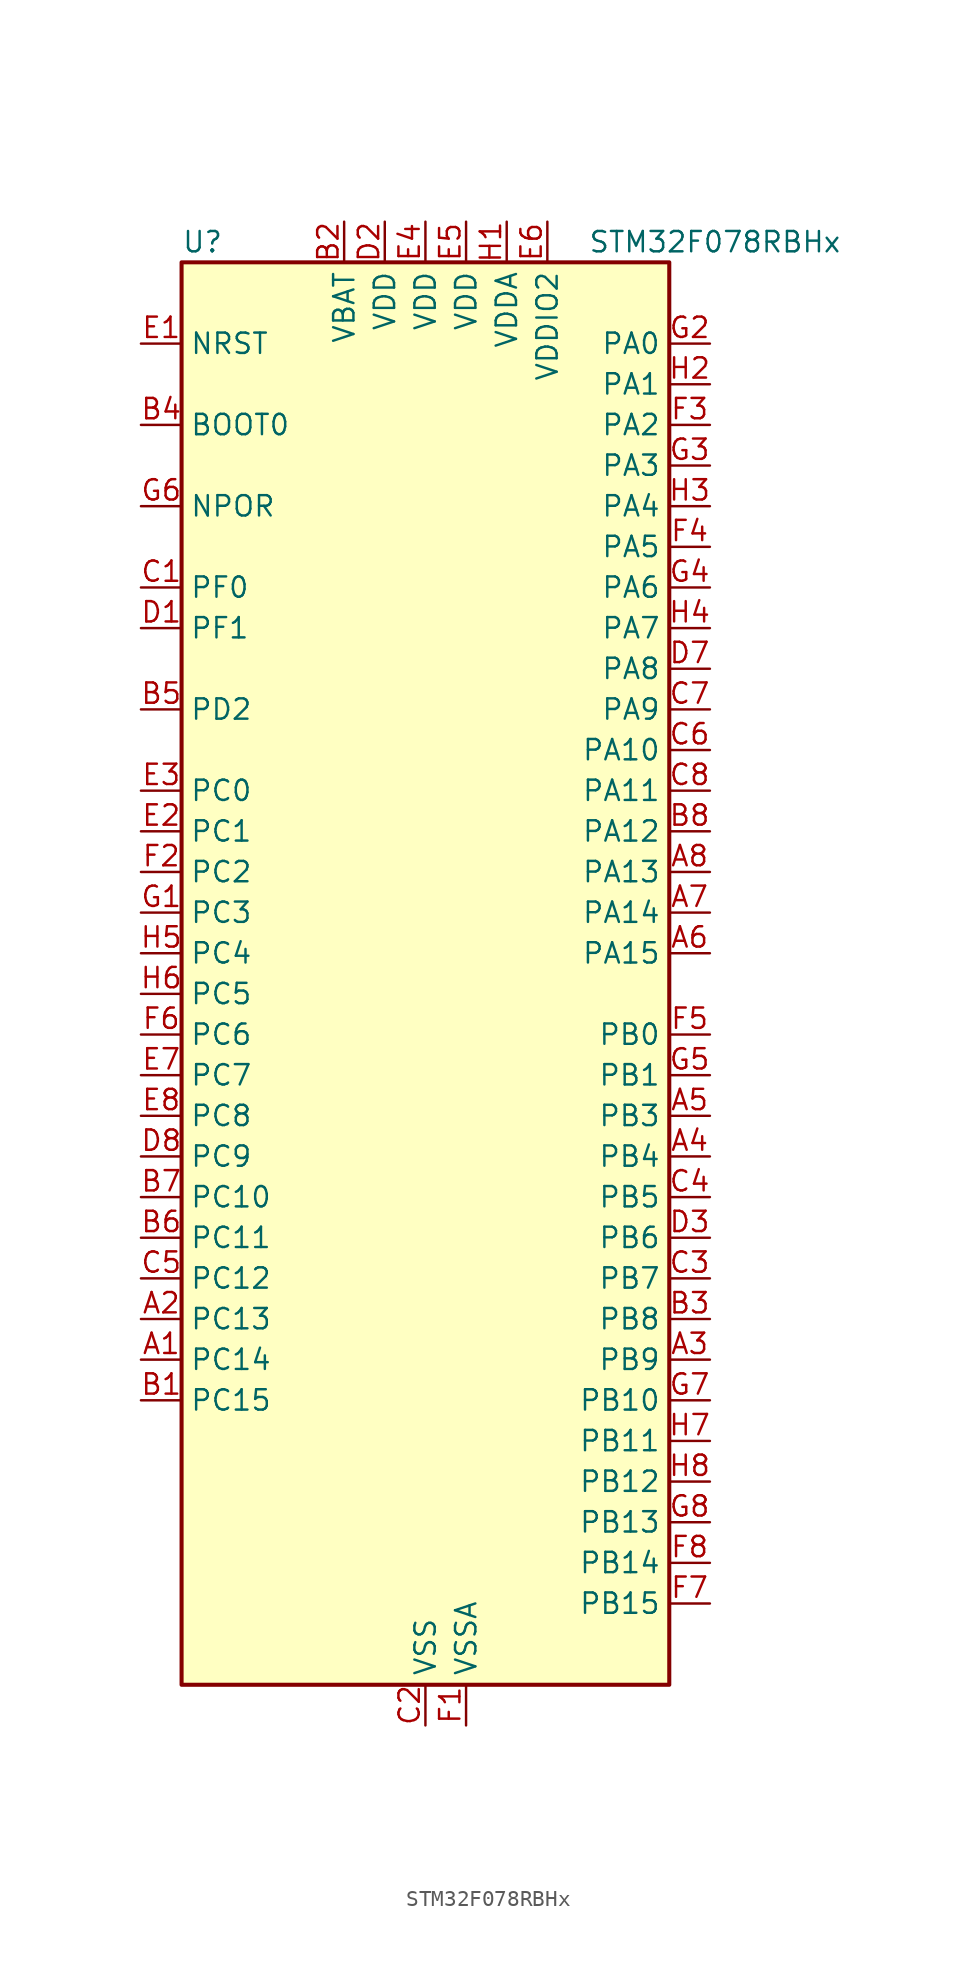
<source format=kicad_sym>
(kicad_symbol_lib
  (version 20241209)
  (generator "kicad_symbol_editor")
  (generator_version "9.0")
  (symbol "STM32F078RBHx"
    (property "Reference" "U"
      (at -15.24 46.99 0)
      (effects (font (size 1.27 1.27)) (justify left)))
    (property "Value" "STM32F078RBHx"
      (at 10.16 46.99 0)
      (effects (font (size 1.27 1.27)) (justify left)))
    (symbol "STM32F078RBHx_0_1"
      (rectangle (start -15.24 -43.18) (end 15.24 45.72) (stroke (width 0.254) (type default)) (fill (type background))))
    (symbol "STM32F078RBHx_1_1"
      (pin input line (at -17.78 40.64 0) (length 2.54) (name "NRST" (effects (font (size 1.27 1.27)))) (number "E1" (effects (font (size 1.27 1.27)))))
      (pin input line (at -17.78 35.56 0) (length 2.54) (name "BOOT0" (effects (font (size 1.27 1.27)))) (number "B4" (effects (font (size 1.27 1.27)))))
      (pin input line (at -17.78 30.48 0) (length 2.54) (name "NPOR" (effects (font (size 1.27 1.27)))) (number "G6" (effects (font (size 1.27 1.27)))))
      (pin bidirectional line (at -17.78 25.4 0) (length 2.54) (name "PF0" (effects (font (size 1.27 1.27)))) (number "C1" (effects (font (size 1.27 1.27)))) (alternate "CRS_SYNC" bidirectional line) (alternate "RCC_OSC_IN" bidirectional line))
      (pin bidirectional line (at -17.78 22.86 0) (length 2.54) (name "PF1" (effects (font (size 1.27 1.27)))) (number "D1" (effects (font (size 1.27 1.27)))) (alternate "RCC_OSC_OUT" bidirectional line))
      (pin bidirectional line (at -17.78 17.78 0) (length 2.54) (name "PD2" (effects (font (size 1.27 1.27)))) (number "B5" (effects (font (size 1.27 1.27)))) (alternate "TIM3_ETR" bidirectional line) (alternate "USART3_DE" bidirectional line) (alternate "USART3_RTS" bidirectional line))
      (pin bidirectional line (at -17.78 12.7 0) (length 2.54) (name "PC0" (effects (font (size 1.27 1.27)))) (number "E3" (effects (font (size 1.27 1.27)))) (alternate "ADC_IN10" bidirectional line))
      (pin bidirectional line (at -17.78 10.16 0) (length 2.54) (name "PC1" (effects (font (size 1.27 1.27)))) (number "E2" (effects (font (size 1.27 1.27)))) (alternate "ADC_IN11" bidirectional line))
      (pin bidirectional line (at -17.78 7.62 0) (length 2.54) (name "PC2" (effects (font (size 1.27 1.27)))) (number "F2" (effects (font (size 1.27 1.27)))) (alternate "ADC_IN12" bidirectional line) (alternate "I2S2_MCK" bidirectional line) (alternate "SPI2_MISO" bidirectional line))
      (pin bidirectional line (at -17.78 5.08 0) (length 2.54) (name "PC3" (effects (font (size 1.27 1.27)))) (number "G1" (effects (font (size 1.27 1.27)))) (alternate "ADC_IN13" bidirectional line) (alternate "I2S2_SD" bidirectional line) (alternate "SPI2_MOSI" bidirectional line))
      (pin bidirectional line (at -17.78 2.54 0) (length 2.54) (name "PC4" (effects (font (size 1.27 1.27)))) (number "H5" (effects (font (size 1.27 1.27)))) (alternate "ADC_IN14" bidirectional line) (alternate "USART3_TX" bidirectional line))
      (pin bidirectional line (at -17.78 0 0) (length 2.54) (name "PC5" (effects (font (size 1.27 1.27)))) (number "H6" (effects (font (size 1.27 1.27)))) (alternate "ADC_IN15" bidirectional line) (alternate "SYS_WKUP5" bidirectional line) (alternate "TSC_G3_IO1" bidirectional line) (alternate "USART3_RX" bidirectional line))
      (pin bidirectional line (at -17.78 -2.54 0) (length 2.54) (name "PC6" (effects (font (size 1.27 1.27)))) (number "F6" (effects (font (size 1.27 1.27)))) (alternate "TIM3_CH1" bidirectional line))
      (pin bidirectional line (at -17.78 -5.08 0) (length 2.54) (name "PC7" (effects (font (size 1.27 1.27)))) (number "E7" (effects (font (size 1.27 1.27)))) (alternate "TIM3_CH2" bidirectional line))
      (pin bidirectional line (at -17.78 -7.62 0) (length 2.54) (name "PC8" (effects (font (size 1.27 1.27)))) (number "E8" (effects (font (size 1.27 1.27)))) (alternate "TIM3_CH3" bidirectional line))
      (pin bidirectional line (at -17.78 -10.16 0) (length 2.54) (name "PC9" (effects (font (size 1.27 1.27)))) (number "D8" (effects (font (size 1.27 1.27)))) (alternate "DAC_EXTI9" bidirectional line) (alternate "TIM3_CH4" bidirectional line))
      (pin bidirectional line (at -17.78 -12.7 0) (length 2.54) (name "PC10" (effects (font (size 1.27 1.27)))) (number "B7" (effects (font (size 1.27 1.27)))) (alternate "USART3_TX" bidirectional line) (alternate "USART4_TX" bidirectional line))
      (pin bidirectional line (at -17.78 -15.24 0) (length 2.54) (name "PC11" (effects (font (size 1.27 1.27)))) (number "B6" (effects (font (size 1.27 1.27)))) (alternate "USART3_RX" bidirectional line) (alternate "USART4_RX" bidirectional line))
      (pin bidirectional line (at -17.78 -17.78 0) (length 2.54) (name "PC12" (effects (font (size 1.27 1.27)))) (number "C5" (effects (font (size 1.27 1.27)))) (alternate "USART3_CK" bidirectional line) (alternate "USART4_CK" bidirectional line))
      (pin bidirectional line (at -17.78 -20.32 0) (length 2.54) (name "PC13" (effects (font (size 1.27 1.27)))) (number "A2" (effects (font (size 1.27 1.27)))) (alternate "RTC_OUT_ALARM" bidirectional line) (alternate "RTC_OUT_CALIB" bidirectional line) (alternate "RTC_TAMP1" bidirectional line) (alternate "RTC_TS" bidirectional line) (alternate "SYS_WKUP2" bidirectional line))
      (pin bidirectional line (at -17.78 -22.86 0) (length 2.54) (name "PC14" (effects (font (size 1.27 1.27)))) (number "A1" (effects (font (size 1.27 1.27)))) (alternate "RCC_OSC32_IN" bidirectional line))
      (pin bidirectional line (at -17.78 -25.4 0) (length 2.54) (name "PC15" (effects (font (size 1.27 1.27)))) (number "B1" (effects (font (size 1.27 1.27)))) (alternate "RCC_OSC32_OUT" bidirectional line))
      (pin power_in line (at -5.08 48.26 270) (length 2.54) (name "VBAT" (effects (font (size 1.27 1.27)))) (number "B2" (effects (font (size 1.27 1.27)))))
      (pin power_in line (at -2.54 48.26 270) (length 2.54) (name "VDD" (effects (font (size 1.27 1.27)))) (number "D2" (effects (font (size 1.27 1.27)))))
      (pin power_in line (at 0 48.26 270) (length 2.54) (name "VDD" (effects (font (size 1.27 1.27)))) (number "E4" (effects (font (size 1.27 1.27)))))
      (pin power_in line (at 0 -45.72 90) (length 2.54) (name "VSS" (effects (font (size 1.27 1.27)))) (number "C2" (effects (font (size 1.27 1.27)))))
      (pin passive line (at 0 -45.72 90) (length 2.54) (hide yes) (name "VSS" (effects (font (size 1.27 1.27)))) (number "D4" (effects (font (size 1.27 1.27)))))
      (pin passive line (at 0 -45.72 90) (length 2.54) (hide yes) (name "VSS" (effects (font (size 1.27 1.27)))) (number "D5" (effects (font (size 1.27 1.27)))))
      (pin passive line (at 0 -45.72 90) (length 2.54) (hide yes) (name "VSS" (effects (font (size 1.27 1.27)))) (number "D6" (effects (font (size 1.27 1.27)))))
      (pin power_in line (at 2.54 48.26 270) (length 2.54) (name "VDD" (effects (font (size 1.27 1.27)))) (number "E5" (effects (font (size 1.27 1.27)))))
      (pin power_in line (at 2.54 -45.72 90) (length 2.54) (name "VSSA" (effects (font (size 1.27 1.27)))) (number "F1" (effects (font (size 1.27 1.27)))))
      (pin power_in line (at 5.08 48.26 270) (length 2.54) (name "VDDA" (effects (font (size 1.27 1.27)))) (number "H1" (effects (font (size 1.27 1.27)))))
      (pin power_in line (at 7.62 48.26 270) (length 2.54) (name "VDDIO2" (effects (font (size 1.27 1.27)))) (number "E6" (effects (font (size 1.27 1.27)))))
      (pin bidirectional line (at 17.78 40.64 180) (length 2.54) (name "PA0" (effects (font (size 1.27 1.27)))) (number "G2" (effects (font (size 1.27 1.27)))) (alternate "ADC_IN0" bidirectional line) (alternate "COMP1_INM" bidirectional line) (alternate "COMP1_OUT" bidirectional line) (alternate "RTC_TAMP2" bidirectional line) (alternate "SYS_WKUP1" bidirectional line) (alternate "TIM2_CH1" bidirectional line) (alternate "TIM2_ETR" bidirectional line) (alternate "TSC_G1_IO1" bidirectional line) (alternate "USART2_CTS" bidirectional line) (alternate "USART4_TX" bidirectional line))
      (pin bidirectional line (at 17.78 38.1 180) (length 2.54) (name "PA1" (effects (font (size 1.27 1.27)))) (number "H2" (effects (font (size 1.27 1.27)))) (alternate "ADC_IN1" bidirectional line) (alternate "COMP1_INP" bidirectional line) (alternate "TIM15_CH1N" bidirectional line) (alternate "TIM2_CH2" bidirectional line) (alternate "TSC_G1_IO2" bidirectional line) (alternate "USART2_DE" bidirectional line) (alternate "USART2_RTS" bidirectional line) (alternate "USART4_RX" bidirectional line))
      (pin bidirectional line (at 17.78 35.56 180) (length 2.54) (name "PA2" (effects (font (size 1.27 1.27)))) (number "F3" (effects (font (size 1.27 1.27)))) (alternate "ADC_IN2" bidirectional line) (alternate "COMP2_INM" bidirectional line) (alternate "COMP2_OUT" bidirectional line) (alternate "SYS_WKUP4" bidirectional line) (alternate "TIM15_CH1" bidirectional line) (alternate "TIM2_CH3" bidirectional line) (alternate "TSC_G1_IO3" bidirectional line) (alternate "USART2_TX" bidirectional line))
      (pin bidirectional line (at 17.78 33.02 180) (length 2.54) (name "PA3" (effects (font (size 1.27 1.27)))) (number "G3" (effects (font (size 1.27 1.27)))) (alternate "ADC_IN3" bidirectional line) (alternate "COMP2_INP" bidirectional line) (alternate "TIM15_CH2" bidirectional line) (alternate "TIM2_CH4" bidirectional line) (alternate "TSC_G1_IO4" bidirectional line) (alternate "USART2_RX" bidirectional line))
      (pin bidirectional line (at 17.78 30.48 180) (length 2.54) (name "PA4" (effects (font (size 1.27 1.27)))) (number "H3" (effects (font (size 1.27 1.27)))) (alternate "ADC_IN4" bidirectional line) (alternate "COMP1_INM" bidirectional line) (alternate "COMP2_INM" bidirectional line) (alternate "DAC_OUT1" bidirectional line) (alternate "I2S1_WS" bidirectional line) (alternate "SPI1_NSS" bidirectional line) (alternate "TIM14_CH1" bidirectional line) (alternate "TSC_G2_IO1" bidirectional line) (alternate "USART2_CK" bidirectional line))
      (pin bidirectional line (at 17.78 27.94 180) (length 2.54) (name "PA5" (effects (font (size 1.27 1.27)))) (number "F4" (effects (font (size 1.27 1.27)))) (alternate "ADC_IN5" bidirectional line) (alternate "CEC" bidirectional line) (alternate "COMP1_INM" bidirectional line) (alternate "COMP2_INM" bidirectional line) (alternate "DAC_OUT2" bidirectional line) (alternate "I2S1_CK" bidirectional line) (alternate "SPI1_SCK" bidirectional line) (alternate "TIM2_CH1" bidirectional line) (alternate "TIM2_ETR" bidirectional line) (alternate "TSC_G2_IO2" bidirectional line))
      (pin bidirectional line (at 17.78 25.4 180) (length 2.54) (name "PA6" (effects (font (size 1.27 1.27)))) (number "G4" (effects (font (size 1.27 1.27)))) (alternate "ADC_IN6" bidirectional line) (alternate "COMP1_OUT" bidirectional line) (alternate "I2S1_MCK" bidirectional line) (alternate "SPI1_MISO" bidirectional line) (alternate "TIM16_CH1" bidirectional line) (alternate "TIM1_BKIN" bidirectional line) (alternate "TIM3_CH1" bidirectional line) (alternate "TSC_G2_IO3" bidirectional line) (alternate "USART3_CTS" bidirectional line))
      (pin bidirectional line (at 17.78 22.86 180) (length 2.54) (name "PA7" (effects (font (size 1.27 1.27)))) (number "H4" (effects (font (size 1.27 1.27)))) (alternate "ADC_IN7" bidirectional line) (alternate "COMP2_OUT" bidirectional line) (alternate "I2S1_SD" bidirectional line) (alternate "SPI1_MOSI" bidirectional line) (alternate "TIM14_CH1" bidirectional line) (alternate "TIM17_CH1" bidirectional line) (alternate "TIM1_CH1N" bidirectional line) (alternate "TIM3_CH2" bidirectional line) (alternate "TSC_G2_IO4" bidirectional line))
      (pin bidirectional line (at 17.78 20.32 180) (length 2.54) (name "PA8" (effects (font (size 1.27 1.27)))) (number "D7" (effects (font (size 1.27 1.27)))) (alternate "CRS_SYNC" bidirectional line) (alternate "RCC_MCO" bidirectional line) (alternate "TIM1_CH1" bidirectional line) (alternate "USART1_CK" bidirectional line))
      (pin bidirectional line (at 17.78 17.78 180) (length 2.54) (name "PA9" (effects (font (size 1.27 1.27)))) (number "C7" (effects (font (size 1.27 1.27)))) (alternate "DAC_EXTI9" bidirectional line) (alternate "TIM15_BKIN" bidirectional line) (alternate "TIM1_CH2" bidirectional line) (alternate "TSC_G4_IO1" bidirectional line) (alternate "USART1_TX" bidirectional line))
      (pin bidirectional line (at 17.78 15.24 180) (length 2.54) (name "PA10" (effects (font (size 1.27 1.27)))) (number "C6" (effects (font (size 1.27 1.27)))) (alternate "TIM17_BKIN" bidirectional line) (alternate "TIM1_CH3" bidirectional line) (alternate "TSC_G4_IO2" bidirectional line) (alternate "USART1_RX" bidirectional line))
      (pin bidirectional line (at 17.78 12.7 180) (length 2.54) (name "PA11" (effects (font (size 1.27 1.27)))) (number "C8" (effects (font (size 1.27 1.27)))) (alternate "COMP1_OUT" bidirectional line) (alternate "TIM1_CH4" bidirectional line) (alternate "TSC_G4_IO3" bidirectional line) (alternate "USART1_CTS" bidirectional line) (alternate "USB_DM" bidirectional line))
      (pin bidirectional line (at 17.78 10.16 180) (length 2.54) (name "PA12" (effects (font (size 1.27 1.27)))) (number "B8" (effects (font (size 1.27 1.27)))) (alternate "COMP2_OUT" bidirectional line) (alternate "TIM1_ETR" bidirectional line) (alternate "TSC_G4_IO4" bidirectional line) (alternate "USART1_DE" bidirectional line) (alternate "USART1_RTS" bidirectional line) (alternate "USB_DP" bidirectional line))
      (pin bidirectional line (at 17.78 7.62 180) (length 2.54) (name "PA13" (effects (font (size 1.27 1.27)))) (number "A8" (effects (font (size 1.27 1.27)))) (alternate "IR_OUT" bidirectional line) (alternate "SYS_SWDIO" bidirectional line) (alternate "USB_NOE" bidirectional line))
      (pin bidirectional line (at 17.78 5.08 180) (length 2.54) (name "PA14" (effects (font (size 1.27 1.27)))) (number "A7" (effects (font (size 1.27 1.27)))) (alternate "SYS_SWCLK" bidirectional line) (alternate "USART2_TX" bidirectional line))
      (pin bidirectional line (at 17.78 2.54 180) (length 2.54) (name "PA15" (effects (font (size 1.27 1.27)))) (number "A6" (effects (font (size 1.27 1.27)))) (alternate "I2S1_WS" bidirectional line) (alternate "SPI1_NSS" bidirectional line) (alternate "TIM2_CH1" bidirectional line) (alternate "TIM2_ETR" bidirectional line) (alternate "USART2_RX" bidirectional line) (alternate "USART4_DE" bidirectional line) (alternate "USART4_RTS" bidirectional line))
      (pin bidirectional line (at 17.78 -2.54 180) (length 2.54) (name "PB0" (effects (font (size 1.27 1.27)))) (number "F5" (effects (font (size 1.27 1.27)))) (alternate "ADC_IN8" bidirectional line) (alternate "TIM1_CH2N" bidirectional line) (alternate "TIM3_CH3" bidirectional line) (alternate "TSC_G3_IO2" bidirectional line) (alternate "USART3_CK" bidirectional line))
      (pin bidirectional line (at 17.78 -5.08 180) (length 2.54) (name "PB1" (effects (font (size 1.27 1.27)))) (number "G5" (effects (font (size 1.27 1.27)))) (alternate "ADC_IN9" bidirectional line) (alternate "TIM14_CH1" bidirectional line) (alternate "TIM1_CH3N" bidirectional line) (alternate "TIM3_CH4" bidirectional line) (alternate "TSC_G3_IO3" bidirectional line) (alternate "USART3_DE" bidirectional line) (alternate "USART3_RTS" bidirectional line))
      (pin bidirectional line (at 17.78 -7.62 180) (length 2.54) (name "PB3" (effects (font (size 1.27 1.27)))) (number "A5" (effects (font (size 1.27 1.27)))) (alternate "I2S1_CK" bidirectional line) (alternate "SPI1_SCK" bidirectional line) (alternate "TIM2_CH2" bidirectional line) (alternate "TSC_G5_IO1" bidirectional line))
      (pin bidirectional line (at 17.78 -10.16 180) (length 2.54) (name "PB4" (effects (font (size 1.27 1.27)))) (number "A4" (effects (font (size 1.27 1.27)))) (alternate "I2S1_MCK" bidirectional line) (alternate "SPI1_MISO" bidirectional line) (alternate "TIM17_BKIN" bidirectional line) (alternate "TIM3_CH1" bidirectional line) (alternate "TSC_G5_IO2" bidirectional line))
      (pin bidirectional line (at 17.78 -12.7 180) (length 2.54) (name "PB5" (effects (font (size 1.27 1.27)))) (number "C4" (effects (font (size 1.27 1.27)))) (alternate "I2C1_SMBA" bidirectional line) (alternate "I2S1_SD" bidirectional line) (alternate "SPI1_MOSI" bidirectional line) (alternate "SYS_WKUP6" bidirectional line) (alternate "TIM16_BKIN" bidirectional line) (alternate "TIM3_CH2" bidirectional line))
      (pin bidirectional line (at 17.78 -15.24 180) (length 2.54) (name "PB6" (effects (font (size 1.27 1.27)))) (number "D3" (effects (font (size 1.27 1.27)))) (alternate "I2C1_SCL" bidirectional line) (alternate "TIM16_CH1N" bidirectional line) (alternate "TSC_G5_IO3" bidirectional line) (alternate "USART1_TX" bidirectional line))
      (pin bidirectional line (at 17.78 -17.78 180) (length 2.54) (name "PB7" (effects (font (size 1.27 1.27)))) (number "C3" (effects (font (size 1.27 1.27)))) (alternate "I2C1_SDA" bidirectional line) (alternate "TIM17_CH1N" bidirectional line) (alternate "TSC_G5_IO4" bidirectional line) (alternate "USART1_RX" bidirectional line) (alternate "USART4_CTS" bidirectional line))
      (pin bidirectional line (at 17.78 -20.32 180) (length 2.54) (name "PB8" (effects (font (size 1.27 1.27)))) (number "B3" (effects (font (size 1.27 1.27)))) (alternate "CEC" bidirectional line) (alternate "I2C1_SCL" bidirectional line) (alternate "TIM16_CH1" bidirectional line) (alternate "TSC_SYNC" bidirectional line))
      (pin bidirectional line (at 17.78 -22.86 180) (length 2.54) (name "PB9" (effects (font (size 1.27 1.27)))) (number "A3" (effects (font (size 1.27 1.27)))) (alternate "DAC_EXTI9" bidirectional line) (alternate "I2C1_SDA" bidirectional line) (alternate "I2S2_WS" bidirectional line) (alternate "IR_OUT" bidirectional line) (alternate "SPI2_NSS" bidirectional line) (alternate "TIM17_CH1" bidirectional line))
      (pin bidirectional line (at 17.78 -25.4 180) (length 2.54) (name "PB10" (effects (font (size 1.27 1.27)))) (number "G7" (effects (font (size 1.27 1.27)))) (alternate "CEC" bidirectional line) (alternate "I2C2_SCL" bidirectional line) (alternate "I2S2_CK" bidirectional line) (alternate "SPI2_SCK" bidirectional line) (alternate "TIM2_CH3" bidirectional line) (alternate "TSC_SYNC" bidirectional line) (alternate "USART3_TX" bidirectional line))
      (pin bidirectional line (at 17.78 -27.94 180) (length 2.54) (name "PB11" (effects (font (size 1.27 1.27)))) (number "H7" (effects (font (size 1.27 1.27)))) (alternate "I2C2_SDA" bidirectional line) (alternate "TIM2_CH4" bidirectional line) (alternate "TSC_G6_IO1" bidirectional line) (alternate "USART3_RX" bidirectional line))
      (pin bidirectional line (at 17.78 -30.48 180) (length 2.54) (name "PB12" (effects (font (size 1.27 1.27)))) (number "H8" (effects (font (size 1.27 1.27)))) (alternate "I2S2_WS" bidirectional line) (alternate "SPI2_NSS" bidirectional line) (alternate "TIM15_BKIN" bidirectional line) (alternate "TIM1_BKIN" bidirectional line) (alternate "TSC_G6_IO2" bidirectional line) (alternate "USART3_CK" bidirectional line))
      (pin bidirectional line (at 17.78 -33.02 180) (length 2.54) (name "PB13" (effects (font (size 1.27 1.27)))) (number "G8" (effects (font (size 1.27 1.27)))) (alternate "I2C2_SCL" bidirectional line) (alternate "I2S2_CK" bidirectional line) (alternate "SPI2_SCK" bidirectional line) (alternate "TIM1_CH1N" bidirectional line) (alternate "TSC_G6_IO3" bidirectional line) (alternate "USART3_CTS" bidirectional line))
      (pin bidirectional line (at 17.78 -35.56 180) (length 2.54) (name "PB14" (effects (font (size 1.27 1.27)))) (number "F8" (effects (font (size 1.27 1.27)))) (alternate "I2C2_SDA" bidirectional line) (alternate "I2S2_MCK" bidirectional line) (alternate "SPI2_MISO" bidirectional line) (alternate "TIM15_CH1" bidirectional line) (alternate "TIM1_CH2N" bidirectional line) (alternate "TSC_G6_IO4" bidirectional line) (alternate "USART3_DE" bidirectional line) (alternate "USART3_RTS" bidirectional line))
      (pin bidirectional line (at 17.78 -38.1 180) (length 2.54) (name "PB15" (effects (font (size 1.27 1.27)))) (number "F7" (effects (font (size 1.27 1.27)))) (alternate "I2S2_SD" bidirectional line) (alternate "RTC_REFIN" bidirectional line) (alternate "SPI2_MOSI" bidirectional line) (alternate "SYS_WKUP7" bidirectional line) (alternate "TIM15_CH1N" bidirectional line) (alternate "TIM15_CH2" bidirectional line) (alternate "TIM1_CH3N" bidirectional line)))))
</source>
